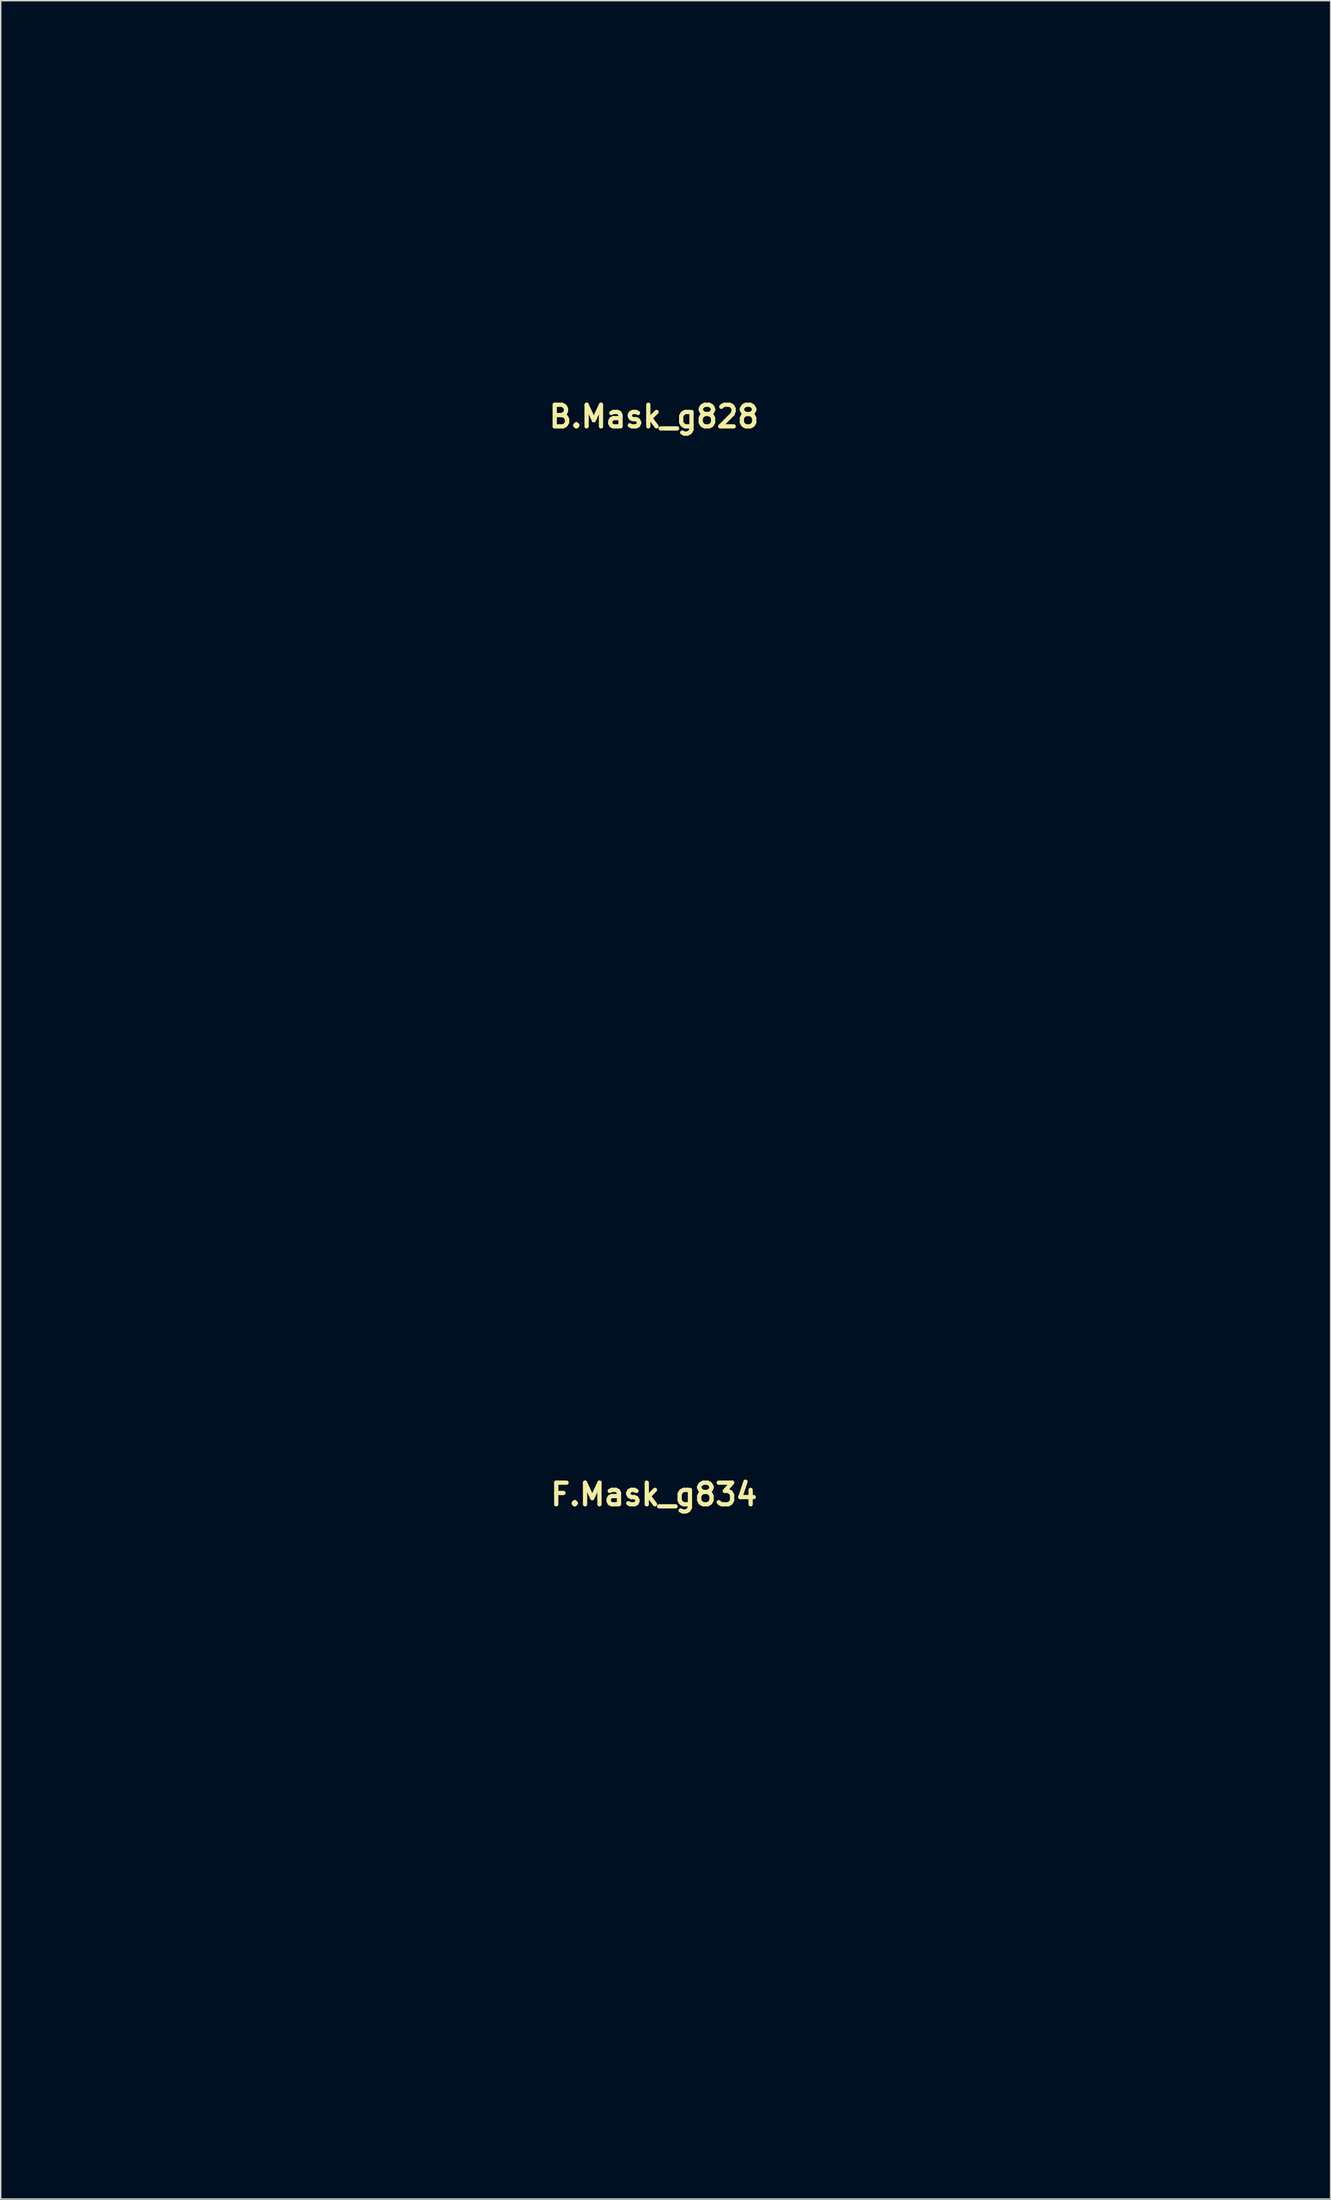
<source format=kicad_pcb>
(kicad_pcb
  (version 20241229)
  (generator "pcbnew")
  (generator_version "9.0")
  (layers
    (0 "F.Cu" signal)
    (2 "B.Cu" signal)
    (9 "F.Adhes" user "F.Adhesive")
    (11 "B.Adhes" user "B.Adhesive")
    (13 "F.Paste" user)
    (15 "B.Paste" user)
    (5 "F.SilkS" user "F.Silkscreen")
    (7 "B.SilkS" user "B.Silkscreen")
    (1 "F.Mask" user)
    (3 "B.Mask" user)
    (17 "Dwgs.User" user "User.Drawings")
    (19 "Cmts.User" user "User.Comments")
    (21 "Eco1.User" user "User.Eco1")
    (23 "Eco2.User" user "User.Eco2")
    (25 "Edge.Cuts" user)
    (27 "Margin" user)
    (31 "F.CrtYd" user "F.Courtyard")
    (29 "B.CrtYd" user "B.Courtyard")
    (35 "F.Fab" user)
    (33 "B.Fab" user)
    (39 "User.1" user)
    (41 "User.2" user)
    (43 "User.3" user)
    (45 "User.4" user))
  (footprint "F.Mask_g834"
    (layer "F.Cu")
    (at 43.1 102.372)
    (property "Reference" "F.Mask_g834" (at 0 0 0) (layer "F.SilkS") (effects (font (size 1.524 1.524) (thickness 0.3))))
    (attr through_hole)
    (fp_poly (pts (xy -31.538 -24.807) (xy -43.095 -24.807) (xy -43.095 -26.331) (xy -31.538 -26.331) (xy -31.538 -24.807)) (stroke (width 0.01) (type solid)) (fill yes) (layer "F.Mask"))
    (fp_poly (pts (xy 44.746 -24.807) (xy 33.189 -24.807) (xy 33.189 -26.331) (xy 44.746 -26.331) (xy 44.746 -24.807)) (stroke (width 0.01) (type solid)) (fill yes) (layer "F.Mask"))
    (fp_poly (pts (xy -31.548 45.9) (xy -31.559 46.672) (xy -37.327 46.683) (xy -43.095 46.694) (xy -43.095 45.127) (xy -31.536 45.127) (xy -31.548 45.9)) (stroke (width 0.01) (type solid)) (fill yes) (layer "F.Mask"))
    (fp_poly (pts (xy 44.737 45.9) (xy 44.725 46.672) (xy 38.957 46.683) (xy 33.189 46.694) (xy 33.189 45.127) (xy 44.748 45.127) (xy 44.737 45.9)) (stroke (width 0.01) (type solid)) (fill yes) (layer "F.Mask")))
  (footprint "B.Mask_g828"
    (layer "F.Cu")
    (at 43.1 26.336)
    (property "Reference" "B.Mask_g828" (at 0 0 0) (layer "F.SilkS") (effects (font (size 1.524 1.524) (thickness 0.3))))
    (attr through_hole)
    (fp_poly (pts (xy -31.538 -24.807) (xy -43.095 -24.807) (xy -43.095 -26.331) (xy -31.538 -26.331) (xy -31.538 -24.807)) (stroke (width 0.01) (type solid)) (fill yes) (layer "B.Mask"))
    (fp_poly (pts (xy 44.746 -24.807) (xy 33.189 -24.807) (xy 33.189 -26.331) (xy 44.746 -26.331) (xy 44.746 -24.807)) (stroke (width 0.01) (type solid)) (fill yes) (layer "B.Mask"))
    (fp_poly (pts (xy -31.548 45.9) (xy -31.559 46.672) (xy -37.327 46.683) (xy -43.095 46.694) (xy -43.095 45.127) (xy -31.536 45.127) (xy -31.548 45.9)) (stroke (width 0.01) (type solid)) (fill yes) (layer "B.Mask"))
    (fp_poly (pts (xy 44.737 45.9) (xy 44.725 46.672) (xy 38.957 46.683) (xy 33.189 46.694) (xy 33.189 45.127) (xy 44.748 45.127) (xy 44.737 45.9)) (stroke (width 0.01) (type solid)) (fill yes) (layer "B.Mask")))
  (gr_rect
    (start -3 -3)
    (end 90.854 152.071)
    (stroke (width 0.1) (type default))
    (fill no)
    (layer "Edge.Cuts")))
</source>
